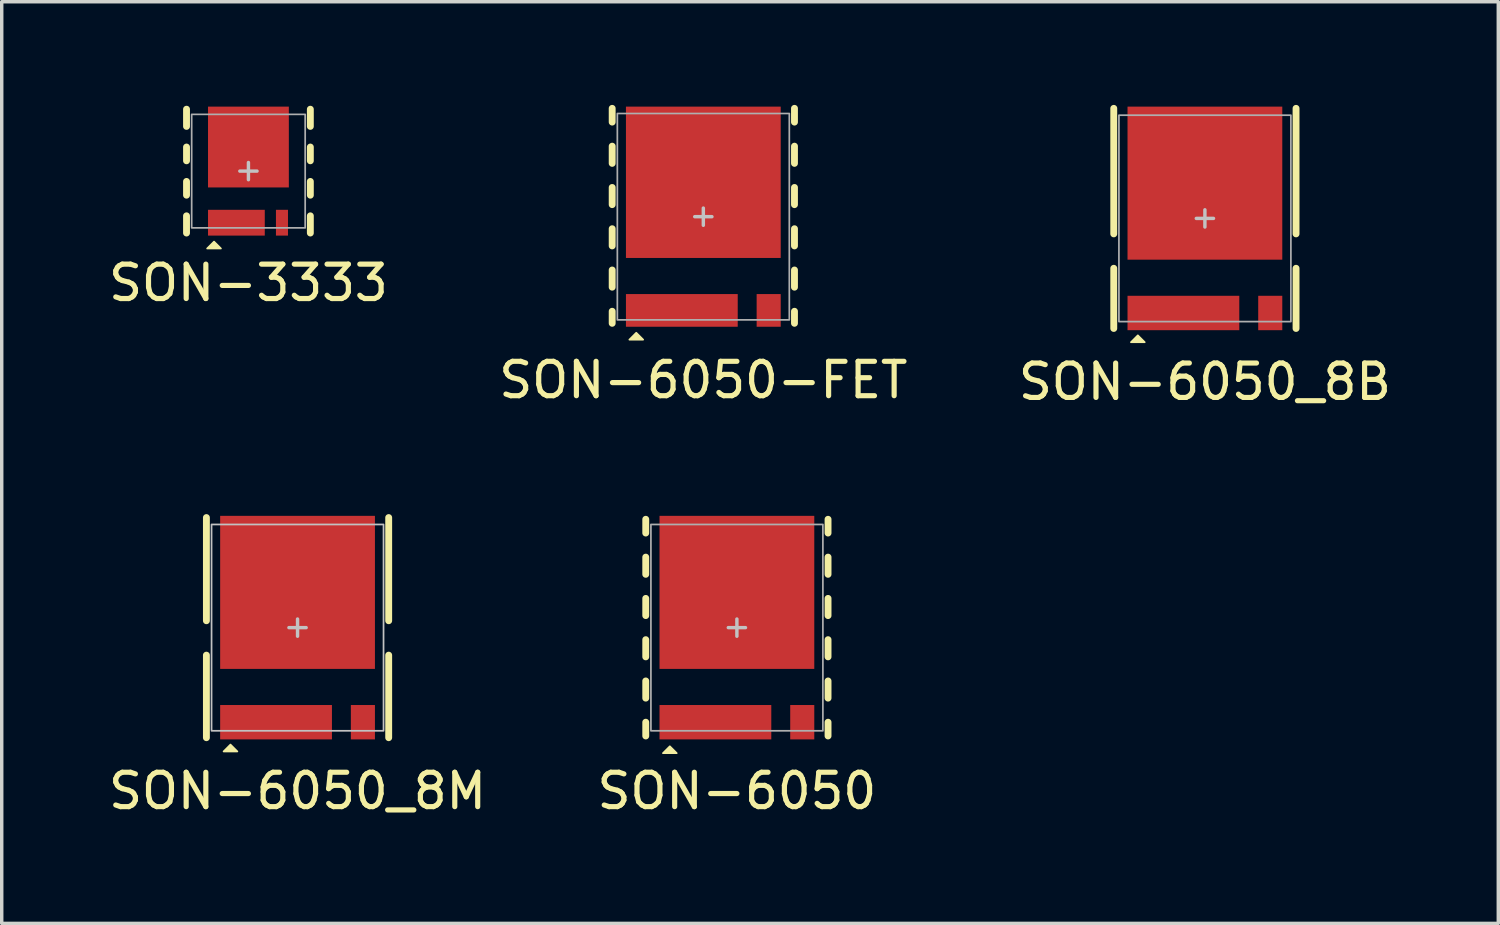
<source format=kicad_pcb>
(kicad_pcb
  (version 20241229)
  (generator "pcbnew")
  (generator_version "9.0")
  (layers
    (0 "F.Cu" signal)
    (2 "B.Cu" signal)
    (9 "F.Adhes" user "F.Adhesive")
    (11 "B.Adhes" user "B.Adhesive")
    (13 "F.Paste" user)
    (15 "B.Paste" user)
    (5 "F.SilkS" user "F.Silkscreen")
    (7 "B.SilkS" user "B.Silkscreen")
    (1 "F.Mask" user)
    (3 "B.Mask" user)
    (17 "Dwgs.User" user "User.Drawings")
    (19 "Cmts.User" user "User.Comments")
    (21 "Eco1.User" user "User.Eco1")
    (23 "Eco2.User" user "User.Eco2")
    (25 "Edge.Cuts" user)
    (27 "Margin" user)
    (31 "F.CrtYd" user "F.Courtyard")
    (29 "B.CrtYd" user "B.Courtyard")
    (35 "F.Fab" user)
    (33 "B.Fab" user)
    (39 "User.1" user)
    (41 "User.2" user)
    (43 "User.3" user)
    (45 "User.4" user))
  (footprint "SON-6050"
    (layer "F.Cu")
    (at 18.375 15.198)
    (property "Reference" "SON-6050" (at 0 4.75 0) (unlocked yes) (layer "F.SilkS") (effects (font (size 1 1) (thickness 0.15))))
    (attr smd)
    (fp_rect (start -2.25 2.25) (end -1.6 3.25) (stroke (width 0.1) (type solid)) (fill yes) (layer "F.Mask"))
    (fp_rect (start -0.95 2.25) (end -0.3 3.25) (stroke (width 0.1) (type solid)) (fill yes) (layer "F.Mask"))
    (fp_rect (start 0.35 2.25) (end 1 3.25) (stroke (width 0.1) (type solid)) (fill yes) (layer "F.Mask"))
    (fp_poly (pts (xy -1.6 -2.525) (xy -0.875 -2.525) (xy -0.875 -3.25) (xy -0.375 -3.25) (xy -0.375 -2.525) (xy 0.375 -2.525) (xy 0.375 -3.25) (xy 0.825 -3.25) (xy 0.825 -2.525) (xy 1.55 -2.525) (xy 1.55 -3.25) (xy 2.25 -3.25) (xy 2.25 1.2) (xy -2.25 1.2) (xy -2.25 -3.25) (xy -1.6 -3.25)) (stroke (width 0.1) (type solid)) (fill yes) (layer "F.Mask"))
    (fp_line (start -2.65 -3.15) (end -2.65 -2.75) (stroke (width 0.2) (type solid)) (layer "F.SilkS"))
    (fp_line (start -2.65 -2.05) (end -2.65 -1.55) (stroke (width 0.2) (type solid)) (layer "F.SilkS"))
    (fp_line (start -2.65 -0.85) (end -2.65 -0.35) (stroke (width 0.2) (type solid)) (layer "F.SilkS"))
    (fp_line (start -2.65 0.35) (end -2.65 0.85) (stroke (width 0.2) (type solid)) (layer "F.SilkS"))
    (fp_line (start -2.65 1.55) (end -2.65 2.05) (stroke (width 0.2) (type solid)) (layer "F.SilkS"))
    (fp_line (start -2.65 2.75) (end -2.65 3.15) (stroke (width 0.2) (type solid)) (layer "F.SilkS"))
    (fp_line (start 2.65 -3.15) (end 2.65 -2.75) (stroke (width 0.2) (type solid)) (layer "F.SilkS"))
    (fp_line (start 2.65 -2.05) (end 2.65 -1.55) (stroke (width 0.2) (type solid)) (layer "F.SilkS"))
    (fp_line (start 2.65 -0.85) (end 2.65 -0.35) (stroke (width 0.2) (type solid)) (layer "F.SilkS"))
    (fp_line (start 2.65 0.35) (end 2.65 0.85) (stroke (width 0.2) (type solid)) (layer "F.SilkS"))
    (fp_line (start 2.65 1.55) (end 2.65 2.05) (stroke (width 0.2) (type solid)) (layer "F.SilkS"))
    (fp_line (start 2.65 2.75) (end 2.65 3.15) (stroke (width 0.2) (type solid)) (layer "F.SilkS"))
    (fp_poly (pts (xy -2.15 3.65) (xy -1.95 3.45) (xy -1.75 3.65)) (stroke (width 0.05) (type solid)) (fill yes) (layer "F.SilkS"))
    (fp_rect (start -2.2 2.3) (end -1.6 3.2) (stroke (width 0) (type solid)) (fill yes) (layer "F.Paste"))
    (fp_rect (start -2.15 -3.15) (end -1.65 -2.5) (stroke (width 0) (type solid)) (fill yes) (layer "F.Paste"))
    (fp_rect (start -2.05 -2.3) (end -1.25 -0.8) (stroke (width 0) (type solid)) (fill yes) (layer "F.Paste"))
    (fp_rect (start -2.05 -0.5) (end -1.25 1) (stroke (width 0) (type solid)) (fill yes) (layer "F.Paste"))
    (fp_rect (start -0.95 -2.3) (end -0.15 -0.8) (stroke (width 0) (type solid)) (fill yes) (layer "F.Paste"))
    (fp_rect (start -0.95 -0.5) (end -0.15 1) (stroke (width 0) (type solid)) (fill yes) (layer "F.Paste"))
    (fp_rect (start -0.95 2.3) (end -0.3 3.2) (stroke (width 0) (type solid)) (fill yes) (layer "F.Paste"))
    (fp_rect (start -0.85 -3.15) (end -0.4 -2.5) (stroke (width 0) (type solid)) (fill yes) (layer "F.Paste"))
    (fp_rect (start 0.15 -2.3) (end 0.95 -0.8) (stroke (width 0) (type solid)) (fill yes) (layer "F.Paste"))
    (fp_rect (start 0.15 -0.5) (end 0.95 1) (stroke (width 0) (type solid)) (fill yes) (layer "F.Paste"))
    (fp_rect (start 0.35 2.3) (end 0.95 3.2) (stroke (width 0) (type solid)) (fill yes) (layer "F.Paste"))
    (fp_rect (start 0.4 -3.15) (end 0.8 -2.5) (stroke (width 0) (type solid)) (fill yes) (layer "F.Paste"))
    (fp_rect (start 1.25 -2.3) (end 2.05 -0.8) (stroke (width 0) (type solid)) (fill yes) (layer "F.Paste"))
    (fp_rect (start 1.25 -0.5) (end 2.05 1) (stroke (width 0) (type solid)) (fill yes) (layer "F.Paste"))
    (fp_rect (start 1.6 -3.15) (end 2.15 -2.5) (stroke (width 0) (type solid)) (fill yes) (layer "F.Paste"))
    (fp_line (start -0.25 0) (end 0.25 0) (stroke (width 0.1) (type solid)) (layer "Dwgs.User"))
    (fp_line (start 0 -0.25) (end 0 0.25) (stroke (width 0.1) (type solid)) (layer "Dwgs.User"))
    (fp_rect (start -2.5 -3) (end 2.5 3) (stroke (width 0.05) (type solid)) (fill no) (layer "F.Fab"))
    (pad "D" smd rect (at 0 -1.025) (size 4.5 4.45) (layers "F.Cu"))
    (pad "G" smd rect (at 1.9 2.75) (size 0.7 1) (layers "F.Cu" "F.Mask" "F.Paste"))
    (pad "S" smd rect (at -0.625 2.75) (size 3.25 1) (layers "F.Cu")))
  (footprint "SON-3333"
    (layer "F.Cu")
    (at 4.173 1.925)
    (property "Reference" "SON-3333" (at 0 3.25 0) (unlocked yes) (layer "F.SilkS") (effects (font (size 1 1) (thickness 0.15))))
    (attr smd)
    (fp_rect (start -1.175 1.125) (end -0.825 1.875) (stroke (width 0.1) (type solid)) (fill yes) (layer "F.Mask"))
    (fp_rect (start -0.525 1.125) (end -0.175 1.875) (stroke (width 0.1) (type solid)) (fill yes) (layer "F.Mask"))
    (fp_rect (start 0.125 1.125) (end 0.475 1.875) (stroke (width 0.1) (type solid)) (fill yes) (layer "F.Mask"))
    (fp_poly (pts (xy -0.8 -1.325) (xy -0.5 -1.325) (xy -0.5 -1.875) (xy -0.15 -1.875) (xy -0.15 -1.325) (xy 0.15 -1.325) (xy 0.15 -1.875) (xy 0.5 -1.875) (xy 0.5 -1.325) (xy 0.8 -1.325) (xy 0.8 -1.875) (xy 1.175 -1.875) (xy 1.175 0.475) (xy -1.175 0.475) (xy -1.175 -1.875) (xy -0.8 -1.875)) (stroke (width 0.1) (type solid)) (fill yes) (layer "F.Mask"))
    (fp_line (start -1.8 -1.8) (end -1.8 -1.3) (stroke (width 0.2) (type solid)) (layer "F.SilkS"))
    (fp_line (start -1.8 -0.7) (end -1.8 -0.3) (stroke (width 0.2) (type solid)) (layer "F.SilkS"))
    (fp_line (start -1.8 0.3) (end -1.8 0.7) (stroke (width 0.2) (type solid)) (layer "F.SilkS"))
    (fp_line (start -1.8 1.3) (end -1.8 1.8) (stroke (width 0.2) (type solid)) (layer "F.SilkS"))
    (fp_line (start 1.8 -1.8) (end 1.8 -1.3) (stroke (width 0.2) (type solid)) (layer "F.SilkS"))
    (fp_line (start 1.8 -0.7) (end 1.8 -0.3) (stroke (width 0.2) (type solid)) (layer "F.SilkS"))
    (fp_line (start 1.8 0.3) (end 1.8 0.7) (stroke (width 0.2) (type solid)) (layer "F.SilkS"))
    (fp_line (start 1.8 1.3) (end 1.8 1.8) (stroke (width 0.2) (type solid)) (layer "F.SilkS"))
    (fp_poly (pts (xy -1.2 2.25) (xy -1 2.05) (xy -0.8 2.25)) (stroke (width 0.05) (type solid)) (fill yes) (layer "F.SilkS"))
    (fp_rect (start -1.125 1.175) (end -0.825 1.825) (stroke (width 0) (type solid)) (fill yes) (layer "F.Paste"))
    (fp_rect (start -1.1 -1.8) (end -0.825 -1.45) (stroke (width 0) (type solid)) (fill yes) (layer "F.Paste"))
    (fp_rect (start -1.05 -1.25) (end -0.1 -0.55) (stroke (width 0) (type solid)) (fill yes) (layer "F.Paste"))
    (fp_rect (start -1.05 -0.35) (end -0.1 0.35) (stroke (width 0) (type solid)) (fill yes) (layer "F.Paste"))
    (fp_rect (start -0.525 1.175) (end -0.175 1.825) (stroke (width 0) (type solid)) (fill yes) (layer "F.Paste"))
    (fp_rect (start -0.475 -1.8) (end -0.175 -1.45) (stroke (width 0) (type solid)) (fill yes) (layer "F.Paste"))
    (fp_rect (start 0.1 -1.25) (end 1.05 -0.55) (stroke (width 0) (type solid)) (fill yes) (layer "F.Paste"))
    (fp_rect (start 0.1 -0.35) (end 1.05 0.35) (stroke (width 0) (type solid)) (fill yes) (layer "F.Paste"))
    (fp_rect (start 0.125 1.175) (end 0.425 1.825) (stroke (width 0) (type solid)) (fill yes) (layer "F.Paste"))
    (fp_rect (start 0.175 -1.8) (end 0.475 -1.45) (stroke (width 0) (type solid)) (fill yes) (layer "F.Paste"))
    (fp_rect (start 0.825 -1.8) (end 1.1 -1.45) (stroke (width 0) (type solid)) (fill yes) (layer "F.Paste"))
    (fp_line (start -0.25 0) (end 0.25 0) (stroke (width 0.1) (type solid)) (layer "Dwgs.User"))
    (fp_line (start 0 -0.25) (end 0 0.25) (stroke (width 0.1) (type solid)) (layer "Dwgs.User"))
    (fp_rect (start -1.65 -1.65) (end 1.65 1.65) (stroke (width 0.05) (type solid)) (fill no) (layer "F.Fab"))
    (pad "D" smd rect (at 0 -0.7 90) (size 2.35 2.35) (layers "F.Cu"))
    (pad "G" smd rect (at 0.975 1.5) (size 0.35 0.75) (layers "F.Cu" "F.Mask" "F.Paste"))
    (pad "S" smd rect (at -0.35 1.5) (size 1.65 0.75) (layers "F.Cu")))
  (footprint "SON-6050_8B"
    (layer "F.Cu")
    (at 31.982 3.3)
    (property "Reference" "SON-6050_8B" (at 0 4.75 0) (unlocked yes) (layer "F.SilkS") (effects (font (size 1 1) (thickness 0.15))))
    (attr smd)
    (fp_rect (start -2.25 2.25) (end -1.6 3.25) (stroke (width 0.1) (type solid)) (fill yes) (layer "F.Mask"))
    (fp_rect (start -0.95 2.25) (end -0.3 3.25) (stroke (width 0.1) (type solid)) (fill yes) (layer "F.Mask"))
    (fp_rect (start 0.35 2.25) (end 1 3.25) (stroke (width 0.1) (type solid)) (fill yes) (layer "F.Mask"))
    (fp_poly (pts (xy -1.6 -2.525) (xy -0.875 -2.525) (xy -0.875 -3.25) (xy -0.375 -3.25) (xy -0.375 -2.525) (xy 0.375 -2.525) (xy 0.375 -3.25) (xy 0.825 -3.25) (xy 0.825 -2.525) (xy 1.55 -2.525) (xy 1.55 -3.25) (xy 2.25 -3.25) (xy 2.25 0.7) (xy 2.55 0.7) (xy 2.55 1.2) (xy -2.55 1.2) (xy -2.55 0.7) (xy -2.25 0.7) (xy -2.25 -3.25) (xy -1.6 -3.25)) (stroke (width 0.1) (type solid)) (fill yes) (layer "F.Mask"))
    (fp_line (start -2.65 -3.2) (end -2.65 0.45) (stroke (width 0.2) (type solid)) (layer "F.SilkS"))
    (fp_line (start -2.65 1.45) (end -2.65 3.2) (stroke (width 0.2) (type solid)) (layer "F.SilkS"))
    (fp_line (start 2.65 -3.2) (end 2.65 0.45) (stroke (width 0.2) (type solid)) (layer "F.SilkS"))
    (fp_line (start 2.65 1.45) (end 2.65 3.2) (stroke (width 0.2) (type solid)) (layer "F.SilkS"))
    (fp_poly (pts (xy -2.15 3.6) (xy -1.95 3.4) (xy -1.75 3.6)) (stroke (width 0.05) (type solid)) (fill yes) (layer "F.SilkS"))
    (fp_rect (start -2.5 0.75) (end -2.15 1.15) (stroke (width 0) (type solid)) (fill yes) (layer "F.Paste"))
    (fp_rect (start -2.2 2.3) (end -1.6 3.2) (stroke (width 0) (type solid)) (fill yes) (layer "F.Paste"))
    (fp_rect (start -2.15 -3.15) (end -1.65 -2.5) (stroke (width 0) (type solid)) (fill yes) (layer "F.Paste"))
    (fp_rect (start -2.05 -2.3) (end -1.25 -0.8) (stroke (width 0) (type solid)) (fill yes) (layer "F.Paste"))
    (fp_rect (start -1.95 -0.5) (end -1.25 1) (stroke (width 0) (type solid)) (fill yes) (layer "F.Paste"))
    (fp_rect (start -1 -2.3) (end -0.15 -0.8) (stroke (width 0) (type solid)) (fill yes) (layer "F.Paste"))
    (fp_rect (start -0.95 -0.5) (end -0.15 1) (stroke (width 0) (type solid)) (fill yes) (layer "F.Paste"))
    (fp_rect (start -0.95 2.3) (end -0.3 3.2) (stroke (width 0) (type solid)) (fill yes) (layer "F.Paste"))
    (fp_rect (start -0.85 -3.15) (end -0.4 -2.5) (stroke (width 0) (type solid)) (fill yes) (layer "F.Paste"))
    (fp_rect (start 0.15 -2.3) (end 0.95 -0.8) (stroke (width 0) (type solid)) (fill yes) (layer "F.Paste"))
    (fp_rect (start 0.15 -0.5) (end 0.95 1) (stroke (width 0) (type solid)) (fill yes) (layer "F.Paste"))
    (fp_rect (start 0.35 2.3) (end 0.95 3.2) (stroke (width 0) (type solid)) (fill yes) (layer "F.Paste"))
    (fp_rect (start 0.4 -3.15) (end 0.8 -2.5) (stroke (width 0) (type solid)) (fill yes) (layer "F.Paste"))
    (fp_rect (start 1.25 -2.3) (end 2.05 -0.8) (stroke (width 0) (type solid)) (fill yes) (layer "F.Paste"))
    (fp_rect (start 1.25 -0.5) (end 1.95 1) (stroke (width 0) (type solid)) (fill yes) (layer "F.Paste"))
    (fp_rect (start 1.6 -3.15) (end 2.15 -2.5) (stroke (width 0) (type solid)) (fill yes) (layer "F.Paste"))
    (fp_rect (start 2.15 0.75) (end 2.5 1.15) (stroke (width 0) (type solid)) (fill yes) (layer "F.Paste"))
    (fp_line (start -0.25 0) (end 0.25 0) (stroke (width 0.1) (type solid)) (layer "Dwgs.User"))
    (fp_line (start 0 -0.25) (end 0 0.25) (stroke (width 0.1) (type solid)) (layer "Dwgs.User"))
    (fp_rect (start -2.5 -3) (end 2.5 3) (stroke (width 0.05) (type solid)) (fill no) (layer "F.Fab"))
    (pad "D" smd rect (at 0 -1.025) (size 4.5 4.45) (layers "F.Cu"))
    (pad "G" smd rect (at 1.9 2.75) (size 0.7 1) (layers "F.Cu" "F.Mask" "F.Paste"))
    (pad "S" smd rect (at -0.625 2.75) (size 3.25 1) (layers "F.Cu")))
  (footprint "SON-6050-FET"
    (layer "F.Cu")
    (at 17.399 3.25)
    (property "Reference" "SON-6050-FET" (at 0 4.75 0) (unlocked yes) (layer "F.SilkS") (effects (font (size 1 1) (thickness 0.15))))
    (attr smd)
    (fp_rect (start -2.25 2.25) (end -1.6 3.2) (stroke (width 0.1) (type solid)) (fill yes) (layer "F.Mask"))
    (fp_rect (start -0.95 2.25) (end -0.3 3.2) (stroke (width 0.1) (type solid)) (fill yes) (layer "F.Mask"))
    (fp_rect (start 0.35 2.25) (end 1 3.2) (stroke (width 0.1) (type solid)) (fill yes) (layer "F.Mask"))
    (fp_poly (pts (xy -1.6 -2.525) (xy -0.875 -2.525) (xy -0.875 -3.2) (xy -0.375 -3.2) (xy -0.375 -2.525) (xy 0.375 -2.525) (xy 0.375 -3.2) (xy 0.825 -3.2) (xy 0.825 -2.525) (xy 1.55 -2.525) (xy 1.55 -3.2) (xy 2.25 -3.2) (xy 2.25 1.2) (xy -2.25 1.2) (xy -2.25 -3.2) (xy -1.6 -3.2)) (stroke (width 0.1) (type solid)) (fill yes) (layer "F.Mask"))
    (fp_line (start -2.65 -3.15) (end -2.65 -2.75) (stroke (width 0.2) (type solid)) (layer "F.SilkS"))
    (fp_line (start -2.65 -2.05) (end -2.65 -1.55) (stroke (width 0.2) (type solid)) (layer "F.SilkS"))
    (fp_line (start -2.65 -0.85) (end -2.65 -0.35) (stroke (width 0.2) (type solid)) (layer "F.SilkS"))
    (fp_line (start -2.65 0.35) (end -2.65 0.85) (stroke (width 0.2) (type solid)) (layer "F.SilkS"))
    (fp_line (start -2.65 1.55) (end -2.65 2.05) (stroke (width 0.2) (type solid)) (layer "F.SilkS"))
    (fp_line (start -2.65 2.75) (end -2.65 3.1) (stroke (width 0.2) (type solid)) (layer "F.SilkS"))
    (fp_line (start 2.65 -3.15) (end 2.65 -2.75) (stroke (width 0.2) (type solid)) (layer "F.SilkS"))
    (fp_line (start 2.65 -2.05) (end 2.65 -1.55) (stroke (width 0.2) (type solid)) (layer "F.SilkS"))
    (fp_line (start 2.65 -0.85) (end 2.65 -0.35) (stroke (width 0.2) (type solid)) (layer "F.SilkS"))
    (fp_line (start 2.65 0.35) (end 2.65 0.85) (stroke (width 0.2) (type solid)) (layer "F.SilkS"))
    (fp_line (start 2.65 1.55) (end 2.65 2.05) (stroke (width 0.2) (type solid)) (layer "F.SilkS"))
    (fp_line (start 2.65 2.75) (end 2.65 3.1) (stroke (width 0.2) (type solid)) (layer "F.SilkS"))
    (fp_poly (pts (xy -2.15 3.575) (xy -1.95 3.375) (xy -1.75 3.575)) (stroke (width 0.05) (type solid)) (fill yes) (layer "F.SilkS"))
    (fp_rect (start -2.2 2.3) (end -1.625 3.15) (stroke (width 0) (type solid)) (fill yes) (layer "F.Paste"))
    (fp_rect (start -2.15 -3.1) (end -1.65 -2.5) (stroke (width 0) (type solid)) (fill yes) (layer "F.Paste"))
    (fp_rect (start -2.05 -2.3) (end -1.25 -0.8) (stroke (width 0) (type solid)) (fill yes) (layer "F.Paste"))
    (fp_rect (start -2.05 -0.5) (end -1.25 1) (stroke (width 0) (type solid)) (fill yes) (layer "F.Paste"))
    (fp_rect (start -0.95 -2.3) (end -0.15 -0.8) (stroke (width 0) (type solid)) (fill yes) (layer "F.Paste"))
    (fp_rect (start -0.95 -0.5) (end -0.15 1) (stroke (width 0) (type solid)) (fill yes) (layer "F.Paste"))
    (fp_rect (start -0.925 2.3) (end -0.325 3.15) (stroke (width 0) (type solid)) (fill yes) (layer "F.Paste"))
    (fp_rect (start -0.825 -3.1) (end -0.425 -2.5) (stroke (width 0) (type solid)) (fill yes) (layer "F.Paste"))
    (fp_rect (start 0.15 -2.3) (end 0.95 -0.8) (stroke (width 0) (type solid)) (fill yes) (layer "F.Paste"))
    (fp_rect (start 0.15 -0.5) (end 0.95 1) (stroke (width 0) (type solid)) (fill yes) (layer "F.Paste"))
    (fp_rect (start 0.375 2.3) (end 0.95 3.15) (stroke (width 0) (type solid)) (fill yes) (layer "F.Paste"))
    (fp_rect (start 0.425 -3.1) (end 0.775 -2.5) (stroke (width 0) (type solid)) (fill yes) (layer "F.Paste"))
    (fp_rect (start 1.25 -2.3) (end 2.05 -0.8) (stroke (width 0) (type solid)) (fill yes) (layer "F.Paste"))
    (fp_rect (start 1.25 -0.5) (end 2.05 1) (stroke (width 0) (type solid)) (fill yes) (layer "F.Paste"))
    (fp_rect (start 1.6 -3.1) (end 2.15 -2.5) (stroke (width 0) (type solid)) (fill yes) (layer "F.Paste"))
    (fp_line (start -0.25 0) (end 0.25 0) (stroke (width 0.1) (type solid)) (layer "Dwgs.User"))
    (fp_line (start 0 -0.25) (end 0 0.25) (stroke (width 0.1) (type solid)) (layer "Dwgs.User"))
    (fp_rect (start -2.5 -3) (end 2.5 3) (stroke (width 0.05) (type solid)) (fill no) (layer "F.Fab"))
    (pad "D" smd rect (at 0 -1) (size 4.5 4.4) (layers "F.Cu"))
    (pad "G" smd rect (at 1.9 2.725) (size 0.7 0.95) (layers "F.Cu" "F.Mask" "F.Paste"))
    (pad "S" smd rect (at -0.625 2.725) (size 3.25 0.95) (layers "F.Cu")))
  (footprint "SON-6050_8M"
    (layer "F.Cu")
    (at 5.601 15.198)
    (property "Reference" "SON-6050_8M" (at 0 4.75 0) (unlocked yes) (layer "F.SilkS") (effects (font (size 1 1) (thickness 0.15))))
    (attr smd)
    (fp_rect (start -2.25 2.25) (end -1.6 3.25) (stroke (width 0.1) (type solid)) (fill yes) (layer "F.Mask"))
    (fp_rect (start -0.95 2.25) (end -0.3 3.25) (stroke (width 0.1) (type solid)) (fill yes) (layer "F.Mask"))
    (fp_rect (start 0.35 2.25) (end 1 3.25) (stroke (width 0.1) (type solid)) (fill yes) (layer "F.Mask"))
    (fp_poly (pts (xy -1.6 -2.525) (xy -0.875 -2.525) (xy -0.875 -3.25) (xy -0.375 -3.25) (xy -0.375 -2.525) (xy 0.375 -2.525) (xy 0.375 -3.25) (xy 0.825 -3.25) (xy 0.825 -2.525) (xy 1.55 -2.525) (xy 1.55 -3.25) (xy 2.25 -3.25) (xy 2.25 0.05) (xy 2.55 0.05) (xy 2.55 0.55) (xy 2.25 0.55) (xy 2.25 1.2) (xy -2.25 1.2) (xy -2.25 0.55) (xy -2.55 0.55) (xy -2.55 0.05) (xy -2.25 0.05) (xy -2.25 -3.25) (xy -1.6 -3.25)) (stroke (width 0.1) (type solid)) (fill yes) (layer "F.Mask"))
    (fp_line (start -2.65 -3.2) (end -2.65 -0.2) (stroke (width 0.2) (type solid)) (layer "F.SilkS"))
    (fp_line (start -2.65 0.8) (end -2.65 3.2) (stroke (width 0.2) (type solid)) (layer "F.SilkS"))
    (fp_line (start 2.65 -3.2) (end 2.65 -0.2) (stroke (width 0.2) (type solid)) (layer "F.SilkS"))
    (fp_line (start 2.65 0.8) (end 2.65 3.2) (stroke (width 0.2) (type solid)) (layer "F.SilkS"))
    (fp_poly (pts (xy -2.15 3.6) (xy -1.95 3.4) (xy -1.75 3.6)) (stroke (width 0.05) (type solid)) (fill yes) (layer "F.SilkS"))
    (fp_rect (start -2.5 0.1) (end -2.15 0.5) (stroke (width 0) (type solid)) (fill yes) (layer "F.Paste"))
    (fp_rect (start -2.2 2.3) (end -1.6 3.2) (stroke (width 0) (type solid)) (fill yes) (layer "F.Paste"))
    (fp_rect (start -2.15 -3.15) (end -1.65 -2.5) (stroke (width 0) (type solid)) (fill yes) (layer "F.Paste"))
    (fp_rect (start -2.05 -2.3) (end -1.25 -0.8) (stroke (width 0) (type solid)) (fill yes) (layer "F.Paste"))
    (fp_rect (start -1.95 -0.5) (end -1.25 1) (stroke (width 0) (type solid)) (fill yes) (layer "F.Paste"))
    (fp_rect (start -1 -2.3) (end -0.15 -0.8) (stroke (width 0) (type solid)) (fill yes) (layer "F.Paste"))
    (fp_rect (start -0.95 -0.5) (end -0.15 1) (stroke (width 0) (type solid)) (fill yes) (layer "F.Paste"))
    (fp_rect (start -0.95 2.3) (end -0.3 3.2) (stroke (width 0) (type solid)) (fill yes) (layer "F.Paste"))
    (fp_rect (start -0.85 -3.15) (end -0.4 -2.5) (stroke (width 0) (type solid)) (fill yes) (layer "F.Paste"))
    (fp_rect (start 0.15 -2.3) (end 0.95 -0.8) (stroke (width 0) (type solid)) (fill yes) (layer "F.Paste"))
    (fp_rect (start 0.15 -0.5) (end 0.95 1) (stroke (width 0) (type solid)) (fill yes) (layer "F.Paste"))
    (fp_rect (start 0.35 2.3) (end 0.95 3.2) (stroke (width 0) (type solid)) (fill yes) (layer "F.Paste"))
    (fp_rect (start 0.4 -3.15) (end 0.8 -2.5) (stroke (width 0) (type solid)) (fill yes) (layer "F.Paste"))
    (fp_rect (start 1.25 -2.3) (end 2.05 -0.8) (stroke (width 0) (type solid)) (fill yes) (layer "F.Paste"))
    (fp_rect (start 1.25 -0.5) (end 1.95 1) (stroke (width 0) (type solid)) (fill yes) (layer "F.Paste"))
    (fp_rect (start 1.6 -3.15) (end 2.15 -2.5) (stroke (width 0) (type solid)) (fill yes) (layer "F.Paste"))
    (fp_rect (start 2.15 0.1) (end 2.5 0.5) (stroke (width 0) (type solid)) (fill yes) (layer "F.Paste"))
    (fp_line (start -0.25 0) (end 0.25 0) (stroke (width 0.1) (type solid)) (layer "Dwgs.User"))
    (fp_line (start 0 -0.25) (end 0 0.25) (stroke (width 0.1) (type solid)) (layer "Dwgs.User"))
    (fp_rect (start -2.5 -3) (end 2.5 3) (stroke (width 0.05) (type solid)) (fill no) (layer "Dwgs.User"))
    (pad "D" smd rect (at 0 -1.025) (size 4.5 4.45) (layers "F.Cu"))
    (pad "G" smd rect (at 1.9 2.75) (size 0.7 1) (layers "F.Cu" "F.Mask" "F.Paste"))
    (pad "S" smd rect (at -0.625 2.75) (size 3.25 1) (layers "F.Cu")))
  (gr_rect
    (start -3 -3)
    (end 40.512 23.797)
    (stroke (width 0.1) (type default))
    (fill no)
    (layer "Edge.Cuts")))
</source>
